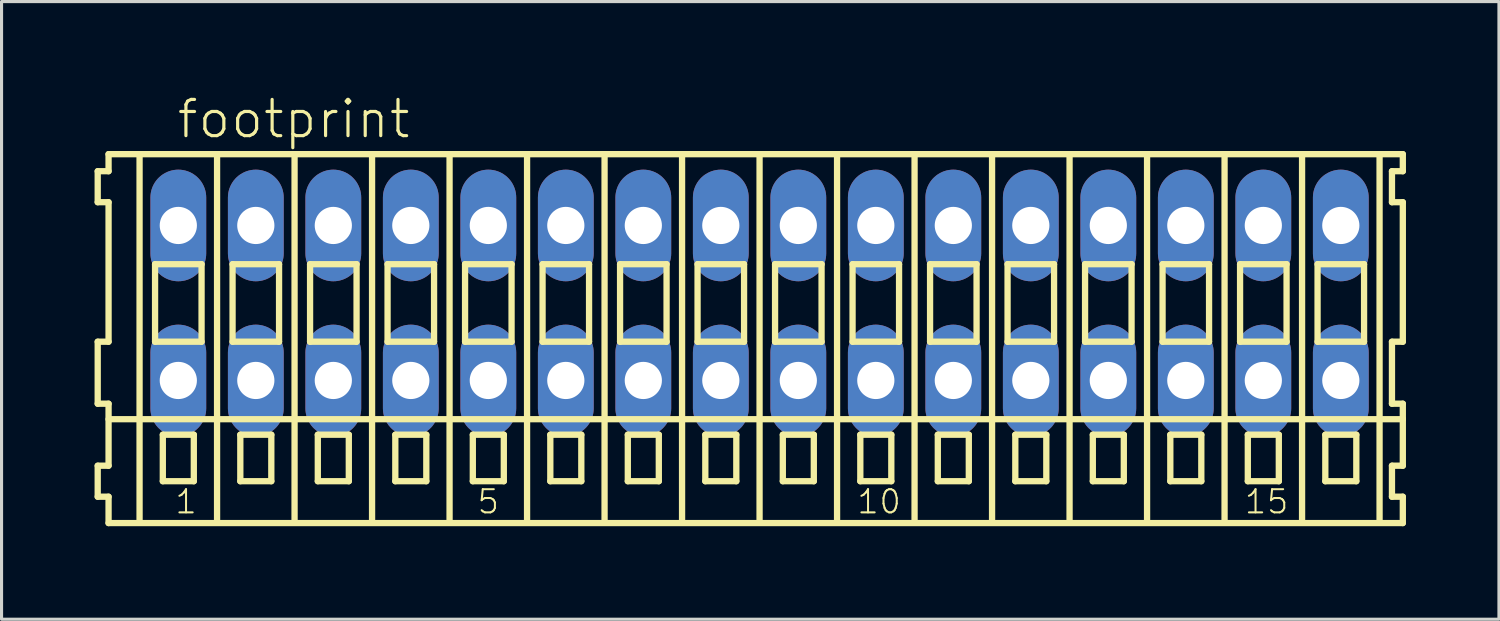
<source format=kicad_pcb>
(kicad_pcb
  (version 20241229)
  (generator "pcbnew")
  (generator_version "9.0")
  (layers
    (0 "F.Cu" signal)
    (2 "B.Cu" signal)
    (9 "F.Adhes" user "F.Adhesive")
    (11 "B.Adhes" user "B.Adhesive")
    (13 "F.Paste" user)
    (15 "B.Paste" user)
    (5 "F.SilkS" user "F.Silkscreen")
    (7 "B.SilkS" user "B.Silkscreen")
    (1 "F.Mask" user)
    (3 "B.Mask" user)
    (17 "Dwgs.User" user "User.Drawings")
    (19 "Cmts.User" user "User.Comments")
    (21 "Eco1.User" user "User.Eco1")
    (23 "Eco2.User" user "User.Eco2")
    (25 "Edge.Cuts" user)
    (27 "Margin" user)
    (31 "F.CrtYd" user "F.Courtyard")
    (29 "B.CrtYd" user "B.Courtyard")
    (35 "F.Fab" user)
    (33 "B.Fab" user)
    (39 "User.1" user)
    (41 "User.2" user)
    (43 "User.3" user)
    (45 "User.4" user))
  (footprint "footprint"
    (layer "F.Cu")
    (at 21.452 6.723)
    (property "Reference" "footprint" (at -18.85 -5.25 0) (layer "F.SilkS") (effects (font (size 1.168 1.168) (thickness 0.102)) (justify left bottom)))
    (fp_line (start -21.35 -4.25) (end -21.35 -3.25) (stroke (width 0.203) (type solid)) (layer "F.SilkS"))
    (fp_line (start -21.35 -3.25) (end -21 -3.25) (stroke (width 0.203) (type solid)) (layer "F.SilkS"))
    (fp_line (start -21.35 1.25) (end -21.35 3.25) (stroke (width 0.203) (type solid)) (layer "F.SilkS"))
    (fp_line (start -21.35 3.25) (end -21 3.25) (stroke (width 0.203) (type solid)) (layer "F.SilkS"))
    (fp_line (start -21.35 5.25) (end -21.35 6.25) (stroke (width 0.203) (type solid)) (layer "F.SilkS"))
    (fp_line (start -21.35 6.25) (end -21 6.25) (stroke (width 0.203) (type solid)) (layer "F.SilkS"))
    (fp_line (start -21 -4.8) (end -21 -4.25) (stroke (width 0.203) (type solid)) (layer "F.SilkS"))
    (fp_line (start -21 -4.25) (end -21.35 -4.25) (stroke (width 0.203) (type solid)) (layer "F.SilkS"))
    (fp_line (start -21 -3.25) (end -21 1.25) (stroke (width 0.203) (type solid)) (layer "F.SilkS"))
    (fp_line (start -21 1.25) (end -21.35 1.25) (stroke (width 0.203) (type solid)) (layer "F.SilkS"))
    (fp_line (start -21 3.25) (end -21 5.25) (stroke (width 0.203) (type solid)) (layer "F.SilkS"))
    (fp_line (start -21 3.75) (end 20.75 3.75) (stroke (width 0.203) (type solid)) (layer "F.SilkS"))
    (fp_line (start -21 5.25) (end -21.35 5.25) (stroke (width 0.203) (type solid)) (layer "F.SilkS"))
    (fp_line (start -21 6.25) (end -21 7.1) (stroke (width 0.203) (type solid)) (layer "F.SilkS"))
    (fp_line (start -21 7.1) (end 20.75 7.1) (stroke (width 0.203) (type solid)) (layer "F.SilkS"))
    (fp_line (start -20 -4.75) (end -20 7) (stroke (width 0.203) (type solid)) (layer "F.SilkS"))
    (fp_line (start -19.5 -1.25) (end -19.5 1.25) (stroke (width 0.203) (type solid)) (layer "F.SilkS"))
    (fp_line (start -19.5 1.25) (end -18 1.25) (stroke (width 0.203) (type solid)) (layer "F.SilkS"))
    (fp_line (start -19.25 4.25) (end -19.25 5.75) (stroke (width 0.203) (type solid)) (layer "F.SilkS"))
    (fp_line (start -19.25 5.75) (end -18.25 5.75) (stroke (width 0.203) (type solid)) (layer "F.SilkS"))
    (fp_line (start -18.25 4.25) (end -19.25 4.25) (stroke (width 0.203) (type solid)) (layer "F.SilkS"))
    (fp_line (start -18.25 5.75) (end -18.25 4.25) (stroke (width 0.203) (type solid)) (layer "F.SilkS"))
    (fp_line (start -18 -1.25) (end -19.5 -1.25) (stroke (width 0.203) (type solid)) (layer "F.SilkS"))
    (fp_line (start -18 1.25) (end -18 -1.25) (stroke (width 0.203) (type solid)) (layer "F.SilkS"))
    (fp_line (start -17.5 -4.75) (end -17.5 7) (stroke (width 0.203) (type solid)) (layer "F.SilkS"))
    (fp_line (start -17 -1.25) (end -17 1.25) (stroke (width 0.203) (type solid)) (layer "F.SilkS"))
    (fp_line (start -17 1.25) (end -15.5 1.25) (stroke (width 0.203) (type solid)) (layer "F.SilkS"))
    (fp_line (start -16.75 4.25) (end -16.75 5.75) (stroke (width 0.203) (type solid)) (layer "F.SilkS"))
    (fp_line (start -16.75 5.75) (end -15.75 5.75) (stroke (width 0.203) (type solid)) (layer "F.SilkS"))
    (fp_line (start -15.75 4.25) (end -16.75 4.25) (stroke (width 0.203) (type solid)) (layer "F.SilkS"))
    (fp_line (start -15.75 5.75) (end -15.75 4.25) (stroke (width 0.203) (type solid)) (layer "F.SilkS"))
    (fp_line (start -15.5 -1.25) (end -17 -1.25) (stroke (width 0.203) (type solid)) (layer "F.SilkS"))
    (fp_line (start -15.5 1.25) (end -15.5 -1.25) (stroke (width 0.203) (type solid)) (layer "F.SilkS"))
    (fp_line (start -15 -4.75) (end -15 7) (stroke (width 0.203) (type solid)) (layer "F.SilkS"))
    (fp_line (start -14.5 -1.25) (end -14.5 1.25) (stroke (width 0.203) (type solid)) (layer "F.SilkS"))
    (fp_line (start -14.5 1.25) (end -13 1.25) (stroke (width 0.203) (type solid)) (layer "F.SilkS"))
    (fp_line (start -14.25 4.25) (end -14.25 5.75) (stroke (width 0.203) (type solid)) (layer "F.SilkS"))
    (fp_line (start -14.25 5.75) (end -13.25 5.75) (stroke (width 0.203) (type solid)) (layer "F.SilkS"))
    (fp_line (start -13.25 4.25) (end -14.25 4.25) (stroke (width 0.203) (type solid)) (layer "F.SilkS"))
    (fp_line (start -13.25 5.75) (end -13.25 4.25) (stroke (width 0.203) (type solid)) (layer "F.SilkS"))
    (fp_line (start -13 -1.25) (end -14.5 -1.25) (stroke (width 0.203) (type solid)) (layer "F.SilkS"))
    (fp_line (start -13 1.25) (end -13 -1.25) (stroke (width 0.203) (type solid)) (layer "F.SilkS"))
    (fp_line (start -12.5 -4.75) (end -12.5 7) (stroke (width 0.203) (type solid)) (layer "F.SilkS"))
    (fp_line (start -12 -1.25) (end -12 1.25) (stroke (width 0.203) (type solid)) (layer "F.SilkS"))
    (fp_line (start -12 1.25) (end -10.5 1.25) (stroke (width 0.203) (type solid)) (layer "F.SilkS"))
    (fp_line (start -11.75 4.25) (end -11.75 5.75) (stroke (width 0.203) (type solid)) (layer "F.SilkS"))
    (fp_line (start -11.75 5.75) (end -10.75 5.75) (stroke (width 0.203) (type solid)) (layer "F.SilkS"))
    (fp_line (start -10.75 4.25) (end -11.75 4.25) (stroke (width 0.203) (type solid)) (layer "F.SilkS"))
    (fp_line (start -10.75 5.75) (end -10.75 4.25) (stroke (width 0.203) (type solid)) (layer "F.SilkS"))
    (fp_line (start -10.5 -1.25) (end -12 -1.25) (stroke (width 0.203) (type solid)) (layer "F.SilkS"))
    (fp_line (start -10.5 1.25) (end -10.5 -1.25) (stroke (width 0.203) (type solid)) (layer "F.SilkS"))
    (fp_line (start -10 -4.75) (end -10 7) (stroke (width 0.203) (type solid)) (layer "F.SilkS"))
    (fp_line (start -9.5 -1.25) (end -9.5 1.25) (stroke (width 0.203) (type solid)) (layer "F.SilkS"))
    (fp_line (start -9.5 1.25) (end -8 1.25) (stroke (width 0.203) (type solid)) (layer "F.SilkS"))
    (fp_line (start -9.25 4.25) (end -9.25 5.75) (stroke (width 0.203) (type solid)) (layer "F.SilkS"))
    (fp_line (start -9.25 5.75) (end -8.25 5.75) (stroke (width 0.203) (type solid)) (layer "F.SilkS"))
    (fp_line (start -8.25 4.25) (end -9.25 4.25) (stroke (width 0.203) (type solid)) (layer "F.SilkS"))
    (fp_line (start -8.25 5.75) (end -8.25 4.25) (stroke (width 0.203) (type solid)) (layer "F.SilkS"))
    (fp_line (start -8 -1.25) (end -9.5 -1.25) (stroke (width 0.203) (type solid)) (layer "F.SilkS"))
    (fp_line (start -8 1.25) (end -8 -1.25) (stroke (width 0.203) (type solid)) (layer "F.SilkS"))
    (fp_line (start -7.5 -4.75) (end -7.5 7) (stroke (width 0.203) (type solid)) (layer "F.SilkS"))
    (fp_line (start -7 -1.25) (end -7 1.25) (stroke (width 0.203) (type solid)) (layer "F.SilkS"))
    (fp_line (start -7 1.25) (end -5.5 1.25) (stroke (width 0.203) (type solid)) (layer "F.SilkS"))
    (fp_line (start -6.75 4.25) (end -6.75 5.75) (stroke (width 0.203) (type solid)) (layer "F.SilkS"))
    (fp_line (start -6.75 5.75) (end -5.75 5.75) (stroke (width 0.203) (type solid)) (layer "F.SilkS"))
    (fp_line (start -5.75 4.25) (end -6.75 4.25) (stroke (width 0.203) (type solid)) (layer "F.SilkS"))
    (fp_line (start -5.75 5.75) (end -5.75 4.25) (stroke (width 0.203) (type solid)) (layer "F.SilkS"))
    (fp_line (start -5.5 -1.25) (end -7 -1.25) (stroke (width 0.203) (type solid)) (layer "F.SilkS"))
    (fp_line (start -5.5 1.25) (end -5.5 -1.25) (stroke (width 0.203) (type solid)) (layer "F.SilkS"))
    (fp_line (start -5 -4.75) (end -5 7) (stroke (width 0.203) (type solid)) (layer "F.SilkS"))
    (fp_line (start -4.5 -1.25) (end -4.5 1.25) (stroke (width 0.203) (type solid)) (layer "F.SilkS"))
    (fp_line (start -4.5 1.25) (end -3 1.25) (stroke (width 0.203) (type solid)) (layer "F.SilkS"))
    (fp_line (start -4.25 4.25) (end -4.25 5.75) (stroke (width 0.203) (type solid)) (layer "F.SilkS"))
    (fp_line (start -4.25 5.75) (end -3.25 5.75) (stroke (width 0.203) (type solid)) (layer "F.SilkS"))
    (fp_line (start -3.25 4.25) (end -4.25 4.25) (stroke (width 0.203) (type solid)) (layer "F.SilkS"))
    (fp_line (start -3.25 5.75) (end -3.25 4.25) (stroke (width 0.203) (type solid)) (layer "F.SilkS"))
    (fp_line (start -3 -1.25) (end -4.5 -1.25) (stroke (width 0.203) (type solid)) (layer "F.SilkS"))
    (fp_line (start -3 1.25) (end -3 -1.25) (stroke (width 0.203) (type solid)) (layer "F.SilkS"))
    (fp_line (start -2.5 -4.75) (end -2.5 7) (stroke (width 0.203) (type solid)) (layer "F.SilkS"))
    (fp_line (start -2 -1.25) (end -2 1.25) (stroke (width 0.203) (type solid)) (layer "F.SilkS"))
    (fp_line (start -2 1.25) (end -0.5 1.25) (stroke (width 0.203) (type solid)) (layer "F.SilkS"))
    (fp_line (start -1.75 4.25) (end -1.75 5.75) (stroke (width 0.203) (type solid)) (layer "F.SilkS"))
    (fp_line (start -1.75 5.75) (end -0.75 5.75) (stroke (width 0.203) (type solid)) (layer "F.SilkS"))
    (fp_line (start -0.75 4.25) (end -1.75 4.25) (stroke (width 0.203) (type solid)) (layer "F.SilkS"))
    (fp_line (start -0.75 5.75) (end -0.75 4.25) (stroke (width 0.203) (type solid)) (layer "F.SilkS"))
    (fp_line (start -0.5 -1.25) (end -2 -1.25) (stroke (width 0.203) (type solid)) (layer "F.SilkS"))
    (fp_line (start -0.5 1.25) (end -0.5 -1.25) (stroke (width 0.203) (type solid)) (layer "F.SilkS"))
    (fp_line (start 0 -4.75) (end 0 7) (stroke (width 0.203) (type solid)) (layer "F.SilkS"))
    (fp_line (start 0.5 -1.25) (end 0.5 1.25) (stroke (width 0.203) (type solid)) (layer "F.SilkS"))
    (fp_line (start 0.5 1.25) (end 2 1.25) (stroke (width 0.203) (type solid)) (layer "F.SilkS"))
    (fp_line (start 0.75 4.25) (end 0.75 5.75) (stroke (width 0.203) (type solid)) (layer "F.SilkS"))
    (fp_line (start 0.75 5.75) (end 1.75 5.75) (stroke (width 0.203) (type solid)) (layer "F.SilkS"))
    (fp_line (start 1.75 4.25) (end 0.75 4.25) (stroke (width 0.203) (type solid)) (layer "F.SilkS"))
    (fp_line (start 1.75 5.75) (end 1.75 4.25) (stroke (width 0.203) (type solid)) (layer "F.SilkS"))
    (fp_line (start 2 -1.25) (end 0.5 -1.25) (stroke (width 0.203) (type solid)) (layer "F.SilkS"))
    (fp_line (start 2 1.25) (end 2 -1.25) (stroke (width 0.203) (type solid)) (layer "F.SilkS"))
    (fp_line (start 2.5 -4.75) (end 2.5 7) (stroke (width 0.203) (type solid)) (layer "F.SilkS"))
    (fp_line (start 3 -1.25) (end 3 1.25) (stroke (width 0.203) (type solid)) (layer "F.SilkS"))
    (fp_line (start 3 1.25) (end 4.5 1.25) (stroke (width 0.203) (type solid)) (layer "F.SilkS"))
    (fp_line (start 3.25 4.25) (end 3.25 5.75) (stroke (width 0.203) (type solid)) (layer "F.SilkS"))
    (fp_line (start 3.25 5.75) (end 4.25 5.75) (stroke (width 0.203) (type solid)) (layer "F.SilkS"))
    (fp_line (start 4.25 4.25) (end 3.25 4.25) (stroke (width 0.203) (type solid)) (layer "F.SilkS"))
    (fp_line (start 4.25 5.75) (end 4.25 4.25) (stroke (width 0.203) (type solid)) (layer "F.SilkS"))
    (fp_line (start 4.5 -1.25) (end 3 -1.25) (stroke (width 0.203) (type solid)) (layer "F.SilkS"))
    (fp_line (start 4.5 1.25) (end 4.5 -1.25) (stroke (width 0.203) (type solid)) (layer "F.SilkS"))
    (fp_line (start 5 -4.75) (end 5 7) (stroke (width 0.203) (type solid)) (layer "F.SilkS"))
    (fp_line (start 5.5 -1.25) (end 5.5 1.25) (stroke (width 0.203) (type solid)) (layer "F.SilkS"))
    (fp_line (start 5.5 1.25) (end 7 1.25) (stroke (width 0.203) (type solid)) (layer "F.SilkS"))
    (fp_line (start 5.75 4.25) (end 5.75 5.75) (stroke (width 0.203) (type solid)) (layer "F.SilkS"))
    (fp_line (start 5.75 5.75) (end 6.75 5.75) (stroke (width 0.203) (type solid)) (layer "F.SilkS"))
    (fp_line (start 6.75 4.25) (end 5.75 4.25) (stroke (width 0.203) (type solid)) (layer "F.SilkS"))
    (fp_line (start 6.75 5.75) (end 6.75 4.25) (stroke (width 0.203) (type solid)) (layer "F.SilkS"))
    (fp_line (start 7 -1.25) (end 5.5 -1.25) (stroke (width 0.203) (type solid)) (layer "F.SilkS"))
    (fp_line (start 7 1.25) (end 7 -1.25) (stroke (width 0.203) (type solid)) (layer "F.SilkS"))
    (fp_line (start 7.5 -4.75) (end 7.5 7) (stroke (width 0.203) (type solid)) (layer "F.SilkS"))
    (fp_line (start 8 -1.25) (end 8 1.25) (stroke (width 0.203) (type solid)) (layer "F.SilkS"))
    (fp_line (start 8 1.25) (end 9.5 1.25) (stroke (width 0.203) (type solid)) (layer "F.SilkS"))
    (fp_line (start 8.25 4.25) (end 8.25 5.75) (stroke (width 0.203) (type solid)) (layer "F.SilkS"))
    (fp_line (start 8.25 5.75) (end 9.25 5.75) (stroke (width 0.203) (type solid)) (layer "F.SilkS"))
    (fp_line (start 9.25 4.25) (end 8.25 4.25) (stroke (width 0.203) (type solid)) (layer "F.SilkS"))
    (fp_line (start 9.25 5.75) (end 9.25 4.25) (stroke (width 0.203) (type solid)) (layer "F.SilkS"))
    (fp_line (start 9.5 -1.25) (end 8 -1.25) (stroke (width 0.203) (type solid)) (layer "F.SilkS"))
    (fp_line (start 9.5 1.25) (end 9.5 -1.25) (stroke (width 0.203) (type solid)) (layer "F.SilkS"))
    (fp_line (start 10 -4.75) (end 10 7) (stroke (width 0.203) (type solid)) (layer "F.SilkS"))
    (fp_line (start 10.5 -1.25) (end 10.5 1.25) (stroke (width 0.203) (type solid)) (layer "F.SilkS"))
    (fp_line (start 10.5 1.25) (end 12 1.25) (stroke (width 0.203) (type solid)) (layer "F.SilkS"))
    (fp_line (start 10.75 4.25) (end 10.75 5.75) (stroke (width 0.203) (type solid)) (layer "F.SilkS"))
    (fp_line (start 10.75 5.75) (end 11.75 5.75) (stroke (width 0.203) (type solid)) (layer "F.SilkS"))
    (fp_line (start 11.75 4.25) (end 10.75 4.25) (stroke (width 0.203) (type solid)) (layer "F.SilkS"))
    (fp_line (start 11.75 5.75) (end 11.75 4.25) (stroke (width 0.203) (type solid)) (layer "F.SilkS"))
    (fp_line (start 12 -1.25) (end 10.5 -1.25) (stroke (width 0.203) (type solid)) (layer "F.SilkS"))
    (fp_line (start 12 1.25) (end 12 -1.25) (stroke (width 0.203) (type solid)) (layer "F.SilkS"))
    (fp_line (start 12.5 -4.75) (end 12.5 7) (stroke (width 0.203) (type solid)) (layer "F.SilkS"))
    (fp_line (start 13 -1.25) (end 13 1.25) (stroke (width 0.203) (type solid)) (layer "F.SilkS"))
    (fp_line (start 13 1.25) (end 14.5 1.25) (stroke (width 0.203) (type solid)) (layer "F.SilkS"))
    (fp_line (start 13.25 4.25) (end 13.25 5.75) (stroke (width 0.203) (type solid)) (layer "F.SilkS"))
    (fp_line (start 13.25 5.75) (end 14.25 5.75) (stroke (width 0.203) (type solid)) (layer "F.SilkS"))
    (fp_line (start 14.25 4.25) (end 13.25 4.25) (stroke (width 0.203) (type solid)) (layer "F.SilkS"))
    (fp_line (start 14.25 5.75) (end 14.25 4.25) (stroke (width 0.203) (type solid)) (layer "F.SilkS"))
    (fp_line (start 14.5 -1.25) (end 13 -1.25) (stroke (width 0.203) (type solid)) (layer "F.SilkS"))
    (fp_line (start 14.5 1.25) (end 14.5 -1.25) (stroke (width 0.203) (type solid)) (layer "F.SilkS"))
    (fp_line (start 15 -4.75) (end 15 7) (stroke (width 0.203) (type solid)) (layer "F.SilkS"))
    (fp_line (start 15.5 -1.25) (end 15.5 1.25) (stroke (width 0.203) (type solid)) (layer "F.SilkS"))
    (fp_line (start 15.5 1.25) (end 17 1.25) (stroke (width 0.203) (type solid)) (layer "F.SilkS"))
    (fp_line (start 15.75 4.25) (end 15.75 5.75) (stroke (width 0.203) (type solid)) (layer "F.SilkS"))
    (fp_line (start 15.75 5.75) (end 16.75 5.75) (stroke (width 0.203) (type solid)) (layer "F.SilkS"))
    (fp_line (start 16.75 4.25) (end 15.75 4.25) (stroke (width 0.203) (type solid)) (layer "F.SilkS"))
    (fp_line (start 16.75 5.75) (end 16.75 4.25) (stroke (width 0.203) (type solid)) (layer "F.SilkS"))
    (fp_line (start 17 -1.25) (end 15.5 -1.25) (stroke (width 0.203) (type solid)) (layer "F.SilkS"))
    (fp_line (start 17 1.25) (end 17 -1.25) (stroke (width 0.203) (type solid)) (layer "F.SilkS"))
    (fp_line (start 17.5 -4.75) (end 17.5 7) (stroke (width 0.203) (type solid)) (layer "F.SilkS"))
    (fp_line (start 18 -1.25) (end 18 1.25) (stroke (width 0.203) (type solid)) (layer "F.SilkS"))
    (fp_line (start 18 1.25) (end 19.5 1.25) (stroke (width 0.203) (type solid)) (layer "F.SilkS"))
    (fp_line (start 18.25 4.25) (end 18.25 5.75) (stroke (width 0.203) (type solid)) (layer "F.SilkS"))
    (fp_line (start 18.25 5.75) (end 19.25 5.75) (stroke (width 0.203) (type solid)) (layer "F.SilkS"))
    (fp_line (start 19.25 4.25) (end 18.25 4.25) (stroke (width 0.203) (type solid)) (layer "F.SilkS"))
    (fp_line (start 19.25 5.75) (end 19.25 4.25) (stroke (width 0.203) (type solid)) (layer "F.SilkS"))
    (fp_line (start 19.5 -1.25) (end 18 -1.25) (stroke (width 0.203) (type solid)) (layer "F.SilkS"))
    (fp_line (start 19.5 1.25) (end 19.5 -1.25) (stroke (width 0.203) (type solid)) (layer "F.SilkS"))
    (fp_line (start 20 -4.75) (end 20 7) (stroke (width 0.203) (type solid)) (layer "F.SilkS"))
    (fp_line (start 20.4 -4.25) (end 20.4 -3.25) (stroke (width 0.203) (type solid)) (layer "F.SilkS"))
    (fp_line (start 20.4 -3.25) (end 20.75 -3.25) (stroke (width 0.203) (type solid)) (layer "F.SilkS"))
    (fp_line (start 20.4 1.25) (end 20.4 3.25) (stroke (width 0.203) (type solid)) (layer "F.SilkS"))
    (fp_line (start 20.4 3.25) (end 20.75 3.25) (stroke (width 0.203) (type solid)) (layer "F.SilkS"))
    (fp_line (start 20.4 5.25) (end 20.4 6.25) (stroke (width 0.203) (type solid)) (layer "F.SilkS"))
    (fp_line (start 20.4 6.25) (end 20.75 6.25) (stroke (width 0.203) (type solid)) (layer "F.SilkS"))
    (fp_line (start 20.75 -4.8) (end -21 -4.8) (stroke (width 0.203) (type solid)) (layer "F.SilkS"))
    (fp_line (start 20.75 -4.25) (end 20.4 -4.25) (stroke (width 0.203) (type solid)) (layer "F.SilkS"))
    (fp_line (start 20.75 -4.25) (end 20.75 -4.8) (stroke (width 0.203) (type solid)) (layer "F.SilkS"))
    (fp_line (start 20.75 1.25) (end 20.4 1.25) (stroke (width 0.203) (type solid)) (layer "F.SilkS"))
    (fp_line (start 20.75 1.25) (end 20.75 -3.25) (stroke (width 0.203) (type solid)) (layer "F.SilkS"))
    (fp_line (start 20.75 3.75) (end 20.75 3.25) (stroke (width 0.203) (type solid)) (layer "F.SilkS"))
    (fp_line (start 20.75 5.25) (end 20.4 5.25) (stroke (width 0.203) (type solid)) (layer "F.SilkS"))
    (fp_line (start 20.75 5.25) (end 20.75 3.75) (stroke (width 0.203) (type solid)) (layer "F.SilkS"))
    (fp_line (start 20.75 7.1) (end 20.75 6.25) (stroke (width 0.203) (type solid)) (layer "F.SilkS"))
    (fp_text user "15" (at 15.6 6.85 0) (layer "F.SilkS") (effects (font (size 0.748 0.748) (thickness 0.065)) (justify left bottom)))
    (fp_text user "1" (at -18.9 6.85 0) (layer "F.SilkS") (effects (font (size 0.748 0.748) (thickness 0.065)) (justify left bottom)))
    (fp_text user "5" (at -9.15 6.85 0) (layer "F.SilkS") (effects (font (size 0.748 0.748) (thickness 0.065)) (justify left bottom)))
    (fp_text user "10" (at 3.1 6.85 0) (layer "F.SilkS") (effects (font (size 0.748 0.748) (thickness 0.065)) (justify left bottom)))
    (pad "A1" thru_hole oval (at -18.75 -2.5 90) (size 3.6 1.8) (drill 1.2) (layers "*.Cu" "*.Mask"))
    (pad "A2" thru_hole oval (at -16.25 -2.5 90) (size 3.6 1.8) (drill 1.2) (layers "*.Cu" "*.Mask"))
    (pad "A3" thru_hole oval (at -13.75 -2.5 90) (size 3.6 1.8) (drill 1.2) (layers "*.Cu" "*.Mask"))
    (pad "A4" thru_hole oval (at -11.25 -2.5 90) (size 3.6 1.8) (drill 1.2) (layers "*.Cu" "*.Mask"))
    (pad "A5" thru_hole oval (at -8.75 -2.5 90) (size 3.6 1.8) (drill 1.2) (layers "*.Cu" "*.Mask"))
    (pad "A6" thru_hole oval (at -6.25 -2.5 90) (size 3.6 1.8) (drill 1.2) (layers "*.Cu" "*.Mask"))
    (pad "A7" thru_hole oval (at -3.75 -2.5 90) (size 3.6 1.8) (drill 1.2) (layers "*.Cu" "*.Mask"))
    (pad "A8" thru_hole oval (at -1.25 -2.5 90) (size 3.6 1.8) (drill 1.2) (layers "*.Cu" "*.Mask"))
    (pad "A9" thru_hole oval (at 1.25 -2.5 90) (size 3.6 1.8) (drill 1.2) (layers "*.Cu" "*.Mask"))
    (pad "A10" thru_hole oval (at 3.75 -2.5 90) (size 3.6 1.8) (drill 1.2) (layers "*.Cu" "*.Mask"))
    (pad "A11" thru_hole oval (at 6.25 -2.5 90) (size 3.6 1.8) (drill 1.2) (layers "*.Cu" "*.Mask"))
    (pad "A12" thru_hole oval (at 8.75 -2.5 90) (size 3.6 1.8) (drill 1.2) (layers "*.Cu" "*.Mask"))
    (pad "A13" thru_hole oval (at 11.25 -2.5 90) (size 3.6 1.8) (drill 1.2) (layers "*.Cu" "*.Mask"))
    (pad "A14" thru_hole oval (at 13.75 -2.5 90) (size 3.6 1.8) (drill 1.2) (layers "*.Cu" "*.Mask"))
    (pad "A15" thru_hole oval (at 16.25 -2.5 90) (size 3.6 1.8) (drill 1.2) (layers "*.Cu" "*.Mask"))
    (pad "A16" thru_hole oval (at 18.75 -2.5 90) (size 3.6 1.8) (drill 1.2) (layers "*.Cu" "*.Mask"))
    (pad "B1" thru_hole oval (at -18.75 2.5 90) (size 3.6 1.8) (drill 1.2) (layers "*.Cu" "*.Mask"))
    (pad "B2" thru_hole oval (at -16.25 2.5 90) (size 3.6 1.8) (drill 1.2) (layers "*.Cu" "*.Mask"))
    (pad "B3" thru_hole oval (at -13.75 2.5 90) (size 3.6 1.8) (drill 1.2) (layers "*.Cu" "*.Mask"))
    (pad "B4" thru_hole oval (at -11.25 2.5 90) (size 3.6 1.8) (drill 1.2) (layers "*.Cu" "*.Mask"))
    (pad "B5" thru_hole oval (at -8.75 2.5 90) (size 3.6 1.8) (drill 1.2) (layers "*.Cu" "*.Mask"))
    (pad "B6" thru_hole oval (at -6.25 2.5 90) (size 3.6 1.8) (drill 1.2) (layers "*.Cu" "*.Mask"))
    (pad "B7" thru_hole oval (at -3.75 2.5 90) (size 3.6 1.8) (drill 1.2) (layers "*.Cu" "*.Mask"))
    (pad "B8" thru_hole oval (at -1.25 2.5 90) (size 3.6 1.8) (drill 1.2) (layers "*.Cu" "*.Mask"))
    (pad "B9" thru_hole oval (at 1.25 2.5 90) (size 3.6 1.8) (drill 1.2) (layers "*.Cu" "*.Mask"))
    (pad "B10" thru_hole oval (at 3.75 2.5 90) (size 3.6 1.8) (drill 1.2) (layers "*.Cu" "*.Mask"))
    (pad "B11" thru_hole oval (at 6.25 2.5 90) (size 3.6 1.8) (drill 1.2) (layers "*.Cu" "*.Mask"))
    (pad "B12" thru_hole oval (at 8.75 2.5 90) (size 3.6 1.8) (drill 1.2) (layers "*.Cu" "*.Mask"))
    (pad "B13" thru_hole oval (at 11.25 2.5 90) (size 3.6 1.8) (drill 1.2) (layers "*.Cu" "*.Mask"))
    (pad "B14" thru_hole oval (at 13.75 2.5 90) (size 3.6 1.8) (drill 1.2) (layers "*.Cu" "*.Mask"))
    (pad "B15" thru_hole oval (at 16.25 2.5 90) (size 3.6 1.8) (drill 1.2) (layers "*.Cu" "*.Mask"))
    (pad "B16" thru_hole oval (at 18.75 2.5 90) (size 3.6 1.8) (drill 1.2) (layers "*.Cu" "*.Mask")))
  (gr_rect
    (start -3 -3)
    (end 45.303 16.925)
    (stroke (width 0.1) (type default))
    (fill no)
    (layer "Edge.Cuts")))
</source>
